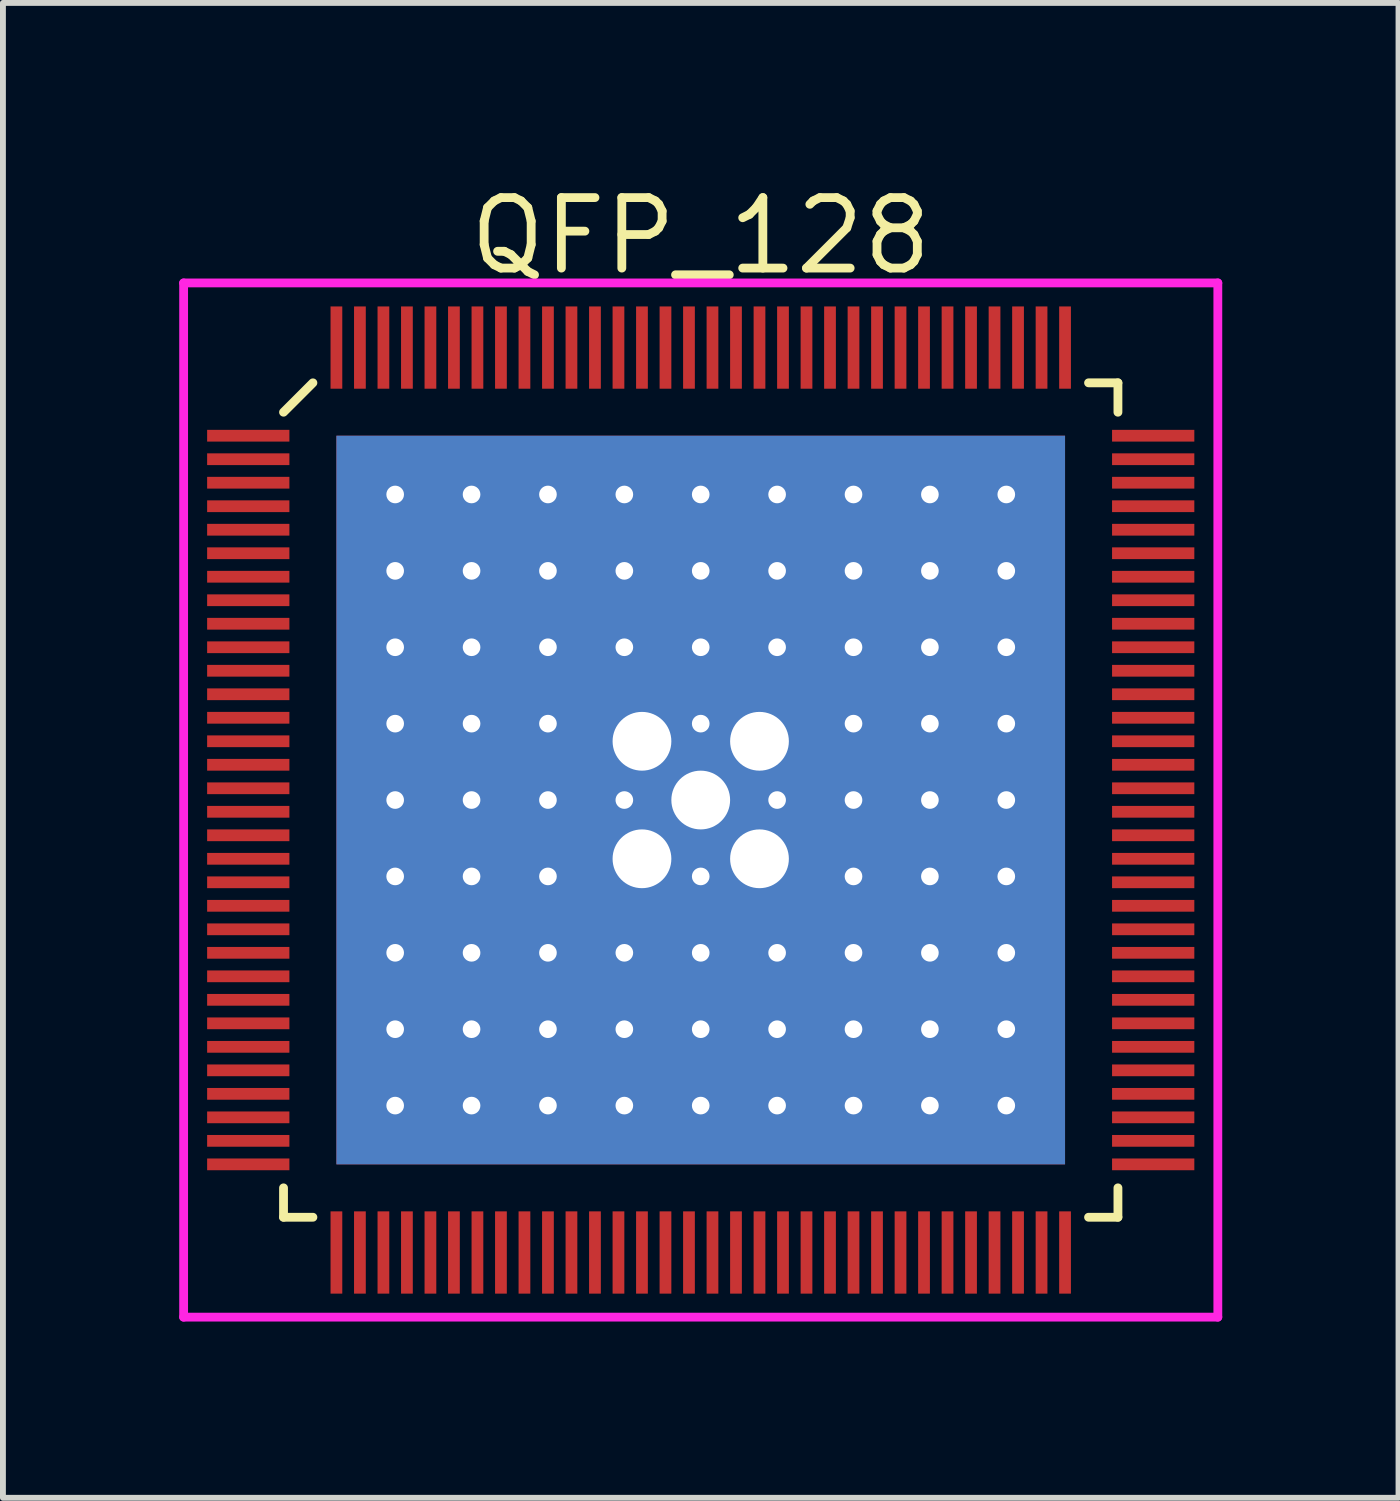
<source format=kicad_pcb>
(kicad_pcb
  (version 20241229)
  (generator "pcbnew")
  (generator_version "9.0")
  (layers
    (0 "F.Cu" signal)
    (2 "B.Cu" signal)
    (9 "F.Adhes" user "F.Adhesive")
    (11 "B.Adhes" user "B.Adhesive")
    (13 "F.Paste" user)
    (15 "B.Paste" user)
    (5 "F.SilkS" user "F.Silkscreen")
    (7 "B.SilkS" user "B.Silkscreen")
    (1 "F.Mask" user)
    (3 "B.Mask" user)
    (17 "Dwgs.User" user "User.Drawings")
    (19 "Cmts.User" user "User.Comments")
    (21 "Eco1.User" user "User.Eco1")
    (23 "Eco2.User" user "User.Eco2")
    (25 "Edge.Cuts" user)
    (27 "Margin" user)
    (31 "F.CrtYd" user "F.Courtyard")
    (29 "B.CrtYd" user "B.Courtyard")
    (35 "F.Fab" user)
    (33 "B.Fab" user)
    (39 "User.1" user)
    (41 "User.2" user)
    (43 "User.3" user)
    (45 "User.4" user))
  (footprint "QFP_128"
    (layer "F.Cu")
    (at 8.875 10.565)
    (property "Reference" "QFP_128" (at 0 -9.6 0) (layer "F.SilkS") (effects (font (size 1.2 1.2) (thickness 0.15))))
    (attr through_hole)
    (fp_line (start -7.1 -6.6) (end -6.6 -7.1) (stroke (width 0.15) (type solid)) (layer "F.SilkS"))
    (fp_line (start -7.1 7.1) (end -7.1 6.6) (stroke (width 0.15) (type solid)) (layer "F.SilkS"))
    (fp_line (start -6.6 7.1) (end -7.1 7.1) (stroke (width 0.15) (type solid)) (layer "F.SilkS"))
    (fp_line (start 6.6 -7.1) (end 7.1 -7.1) (stroke (width 0.15) (type solid)) (layer "F.SilkS"))
    (fp_line (start 6.6 7.1) (end 7.1 7.1) (stroke (width 0.15) (type solid)) (layer "F.SilkS"))
    (fp_line (start 7.1 -7.1) (end 7.1 -6.6) (stroke (width 0.15) (type solid)) (layer "F.SilkS"))
    (fp_line (start 7.1 7.1) (end 7.1 6.6) (stroke (width 0.15) (type solid)) (layer "F.SilkS"))
    (fp_line (start -8.8 -8.8) (end 8.8 -8.8) (stroke (width 0.15) (type solid)) (layer "F.CrtYd"))
    (fp_line (start -8.8 8.8) (end -8.8 -8.8) (stroke (width 0.15) (type solid)) (layer "F.CrtYd"))
    (fp_line (start 8.8 -8.8) (end 8.8 8.8) (stroke (width 0.15) (type solid)) (layer "F.CrtYd"))
    (fp_line (start 8.8 8.8) (end -8.8 8.8) (stroke (width 0.15) (type solid)) (layer "F.CrtYd"))
    (pad "1" smd rect (at -7.7 -6.2 90) (size 0.2 1.4) (layers "F.Cu" "F.Mask" "F.Paste"))
    (pad "2" smd rect (at -7.7 -5.8 90) (size 0.2 1.4) (layers "F.Cu" "F.Mask" "F.Paste"))
    (pad "3" smd rect (at -7.7 -5.4 90) (size 0.2 1.4) (layers "F.Cu" "F.Mask" "F.Paste"))
    (pad "4" smd rect (at -7.7 -5 90) (size 0.2 1.4) (layers "F.Cu" "F.Mask" "F.Paste"))
    (pad "5" smd rect (at -7.7 -4.6 90) (size 0.2 1.4) (layers "F.Cu" "F.Mask" "F.Paste"))
    (pad "6" smd rect (at -7.7 -4.2 90) (size 0.2 1.4) (layers "F.Cu" "F.Mask" "F.Paste"))
    (pad "7" smd rect (at -7.7 -3.8 90) (size 0.2 1.4) (layers "F.Cu" "F.Mask" "F.Paste"))
    (pad "8" smd rect (at -7.7 -3.4 90) (size 0.2 1.4) (layers "F.Cu" "F.Mask" "F.Paste"))
    (pad "9" smd rect (at -7.7 -3 90) (size 0.2 1.4) (layers "F.Cu" "F.Mask" "F.Paste"))
    (pad "10" smd rect (at -7.7 -2.6 90) (size 0.2 1.4) (layers "F.Cu" "F.Mask" "F.Paste"))
    (pad "11" smd rect (at -7.7 -2.2 90) (size 0.2 1.4) (layers "F.Cu" "F.Mask" "F.Paste"))
    (pad "12" smd rect (at -7.7 -1.8 90) (size 0.2 1.4) (layers "F.Cu" "F.Mask" "F.Paste"))
    (pad "13" smd rect (at -7.7 -1.4 90) (size 0.2 1.4) (layers "F.Cu" "F.Mask" "F.Paste"))
    (pad "14" smd rect (at -7.7 -1 90) (size 0.2 1.4) (layers "F.Cu" "F.Mask" "F.Paste"))
    (pad "15" smd rect (at -7.7 -0.6 90) (size 0.2 1.4) (layers "F.Cu" "F.Mask" "F.Paste"))
    (pad "16" smd rect (at -7.7 -0.2 90) (size 0.2 1.4) (layers "F.Cu" "F.Mask" "F.Paste"))
    (pad "17" smd rect (at -7.7 0.2 90) (size 0.2 1.4) (layers "F.Cu" "F.Mask" "F.Paste"))
    (pad "18" smd rect (at -7.7 0.6 90) (size 0.2 1.4) (layers "F.Cu" "F.Mask" "F.Paste"))
    (pad "19" smd rect (at -7.7 1 90) (size 0.2 1.4) (layers "F.Cu" "F.Mask" "F.Paste"))
    (pad "20" smd rect (at -7.7 1.4 90) (size 0.2 1.4) (layers "F.Cu" "F.Mask" "F.Paste"))
    (pad "21" smd rect (at -7.7 1.8 90) (size 0.2 1.4) (layers "F.Cu" "F.Mask" "F.Paste"))
    (pad "22" smd rect (at -7.7 2.2 90) (size 0.2 1.4) (layers "F.Cu" "F.Mask" "F.Paste"))
    (pad "23" smd rect (at -7.7 2.6 90) (size 0.2 1.4) (layers "F.Cu" "F.Mask" "F.Paste"))
    (pad "24" smd rect (at -7.7 3 90) (size 0.2 1.4) (layers "F.Cu" "F.Mask" "F.Paste"))
    (pad "25" smd rect (at -7.7 3.4 90) (size 0.2 1.4) (layers "F.Cu" "F.Mask" "F.Paste"))
    (pad "26" smd rect (at -7.7 3.8 90) (size 0.2 1.4) (layers "F.Cu" "F.Mask" "F.Paste"))
    (pad "27" smd rect (at -7.7 4.2 90) (size 0.2 1.4) (layers "F.Cu" "F.Mask" "F.Paste"))
    (pad "28" smd rect (at -7.7 4.6 90) (size 0.2 1.4) (layers "F.Cu" "F.Mask" "F.Paste"))
    (pad "29" smd rect (at -7.7 5 90) (size 0.2 1.4) (layers "F.Cu" "F.Mask" "F.Paste"))
    (pad "30" smd rect (at -7.7 5.4 90) (size 0.2 1.4) (layers "F.Cu" "F.Mask" "F.Paste"))
    (pad "31" smd rect (at -7.7 5.8 90) (size 0.2 1.4) (layers "F.Cu" "F.Mask" "F.Paste"))
    (pad "32" smd rect (at -7.7 6.2 90) (size 0.2 1.4) (layers "F.Cu" "F.Mask" "F.Paste"))
    (pad "33" smd rect (at -6.2 7.7) (size 0.2 1.4) (layers "F.Cu" "F.Mask" "F.Paste"))
    (pad "34" smd rect (at -5.8 7.7) (size 0.2 1.4) (layers "F.Cu" "F.Mask" "F.Paste"))
    (pad "35" smd rect (at -5.4 7.7) (size 0.2 1.4) (layers "F.Cu" "F.Mask" "F.Paste"))
    (pad "36" smd rect (at -5 7.7) (size 0.2 1.4) (layers "F.Cu" "F.Mask" "F.Paste"))
    (pad "37" smd rect (at -4.6 7.7) (size 0.2 1.4) (layers "F.Cu" "F.Mask" "F.Paste"))
    (pad "38" smd rect (at -4.2 7.7) (size 0.2 1.4) (layers "F.Cu" "F.Mask" "F.Paste"))
    (pad "39" smd rect (at -3.8 7.7) (size 0.2 1.4) (layers "F.Cu" "F.Mask" "F.Paste"))
    (pad "40" smd rect (at -3.4 7.7) (size 0.2 1.4) (layers "F.Cu" "F.Mask" "F.Paste"))
    (pad "41" smd rect (at -3 7.7) (size 0.2 1.4) (layers "F.Cu" "F.Mask" "F.Paste"))
    (pad "42" smd rect (at -2.6 7.7) (size 0.2 1.4) (layers "F.Cu" "F.Mask" "F.Paste"))
    (pad "43" smd rect (at -2.2 7.7) (size 0.2 1.4) (layers "F.Cu" "F.Mask" "F.Paste"))
    (pad "44" smd rect (at -1.8 7.7) (size 0.2 1.4) (layers "F.Cu" "F.Mask" "F.Paste"))
    (pad "45" smd rect (at -1.4 7.7) (size 0.2 1.4) (layers "F.Cu" "F.Mask" "F.Paste"))
    (pad "46" smd rect (at -1 7.7) (size 0.2 1.4) (layers "F.Cu" "F.Mask" "F.Paste"))
    (pad "47" smd rect (at -0.6 7.7) (size 0.2 1.4) (layers "F.Cu" "F.Mask" "F.Paste"))
    (pad "48" smd rect (at -0.2 7.7) (size 0.2 1.4) (layers "F.Cu" "F.Mask" "F.Paste"))
    (pad "49" smd rect (at 0.2 7.7) (size 0.2 1.4) (layers "F.Cu" "F.Mask" "F.Paste"))
    (pad "50" smd rect (at 0.6 7.7) (size 0.2 1.4) (layers "F.Cu" "F.Mask" "F.Paste"))
    (pad "51" smd rect (at 1 7.7) (size 0.2 1.4) (layers "F.Cu" "F.Mask" "F.Paste"))
    (pad "52" smd rect (at 1.4 7.7) (size 0.2 1.4) (layers "F.Cu" "F.Mask" "F.Paste"))
    (pad "53" smd rect (at 1.8 7.7) (size 0.2 1.4) (layers "F.Cu" "F.Mask" "F.Paste"))
    (pad "54" smd rect (at 2.2 7.7) (size 0.2 1.4) (layers "F.Cu" "F.Mask" "F.Paste"))
    (pad "55" smd rect (at 2.6 7.7) (size 0.2 1.4) (layers "F.Cu" "F.Mask" "F.Paste"))
    (pad "56" smd rect (at 3 7.7) (size 0.2 1.4) (layers "F.Cu" "F.Mask" "F.Paste"))
    (pad "57" smd rect (at 3.4 7.7) (size 0.2 1.4) (layers "F.Cu" "F.Mask" "F.Paste"))
    (pad "58" smd rect (at 3.8 7.7) (size 0.2 1.4) (layers "F.Cu" "F.Mask" "F.Paste"))
    (pad "59" smd rect (at 4.2 7.7) (size 0.2 1.4) (layers "F.Cu" "F.Mask" "F.Paste"))
    (pad "60" smd rect (at 4.6 7.7) (size 0.2 1.4) (layers "F.Cu" "F.Mask" "F.Paste"))
    (pad "61" smd rect (at 5 7.7) (size 0.2 1.4) (layers "F.Cu" "F.Mask" "F.Paste"))
    (pad "62" smd rect (at 5.4 7.7) (size 0.2 1.4) (layers "F.Cu" "F.Mask" "F.Paste"))
    (pad "63" smd rect (at 5.8 7.7) (size 0.2 1.4) (layers "F.Cu" "F.Mask" "F.Paste"))
    (pad "64" smd rect (at 6.2 7.7) (size 0.2 1.4) (layers "F.Cu" "F.Mask" "F.Paste"))
    (pad "65" smd rect (at 7.7 6.2 90) (size 0.2 1.4) (layers "F.Cu" "F.Mask" "F.Paste"))
    (pad "66" smd rect (at 7.7 5.8 90) (size 0.2 1.4) (layers "F.Cu" "F.Mask" "F.Paste"))
    (pad "67" smd rect (at 7.7 5.4 90) (size 0.2 1.4) (layers "F.Cu" "F.Mask" "F.Paste"))
    (pad "68" smd rect (at 7.7 5 90) (size 0.2 1.4) (layers "F.Cu" "F.Mask" "F.Paste"))
    (pad "69" smd rect (at 7.7 4.6 90) (size 0.2 1.4) (layers "F.Cu" "F.Mask" "F.Paste"))
    (pad "70" smd rect (at 7.7 4.2 90) (size 0.2 1.4) (layers "F.Cu" "F.Mask" "F.Paste"))
    (pad "71" smd rect (at 7.7 3.8 90) (size 0.2 1.4) (layers "F.Cu" "F.Mask" "F.Paste"))
    (pad "72" smd rect (at 7.7 3.4 90) (size 0.2 1.4) (layers "F.Cu" "F.Mask" "F.Paste"))
    (pad "73" smd rect (at 7.7 3 90) (size 0.2 1.4) (layers "F.Cu" "F.Mask" "F.Paste"))
    (pad "74" smd rect (at 7.7 2.6 90) (size 0.2 1.4) (layers "F.Cu" "F.Mask" "F.Paste"))
    (pad "75" smd rect (at 7.7 2.2 90) (size 0.2 1.4) (layers "F.Cu" "F.Mask" "F.Paste"))
    (pad "76" smd rect (at 7.7 1.8 90) (size 0.2 1.4) (layers "F.Cu" "F.Mask" "F.Paste"))
    (pad "77" smd rect (at 7.7 1.4 90) (size 0.2 1.4) (layers "F.Cu" "F.Mask" "F.Paste"))
    (pad "78" smd rect (at 7.7 1 90) (size 0.2 1.4) (layers "F.Cu" "F.Mask" "F.Paste"))
    (pad "79" smd rect (at 7.7 0.6 90) (size 0.2 1.4) (layers "F.Cu" "F.Mask" "F.Paste"))
    (pad "80" smd rect (at 7.7 0.2 90) (size 0.2 1.4) (layers "F.Cu" "F.Mask" "F.Paste"))
    (pad "81" smd rect (at 7.7 -0.2 90) (size 0.2 1.4) (layers "F.Cu" "F.Mask" "F.Paste"))
    (pad "82" smd rect (at 7.7 -0.6 90) (size 0.2 1.4) (layers "F.Cu" "F.Mask" "F.Paste"))
    (pad "83" smd rect (at 7.7 -1 90) (size 0.2 1.4) (layers "F.Cu" "F.Mask" "F.Paste"))
    (pad "84" smd rect (at 7.7 -1.4 90) (size 0.2 1.4) (layers "F.Cu" "F.Mask" "F.Paste"))
    (pad "85" smd rect (at 7.7 -1.8 90) (size 0.2 1.4) (layers "F.Cu" "F.Mask" "F.Paste"))
    (pad "86" smd rect (at 7.7 -2.2 90) (size 0.2 1.4) (layers "F.Cu" "F.Mask" "F.Paste"))
    (pad "87" smd rect (at 7.7 -2.6 90) (size 0.2 1.4) (layers "F.Cu" "F.Mask" "F.Paste"))
    (pad "88" smd rect (at 7.7 -3 90) (size 0.2 1.4) (layers "F.Cu" "F.Mask" "F.Paste"))
    (pad "89" smd rect (at 7.7 -3.4 90) (size 0.2 1.4) (layers "F.Cu" "F.Mask" "F.Paste"))
    (pad "90" smd rect (at 7.7 -3.8 90) (size 0.2 1.4) (layers "F.Cu" "F.Mask" "F.Paste"))
    (pad "91" smd rect (at 7.7 -4.2 90) (size 0.2 1.4) (layers "F.Cu" "F.Mask" "F.Paste"))
    (pad "92" smd rect (at 7.7 -4.6 90) (size 0.2 1.4) (layers "F.Cu" "F.Mask" "F.Paste"))
    (pad "93" smd rect (at 7.7 -5 90) (size 0.2 1.4) (layers "F.Cu" "F.Mask" "F.Paste"))
    (pad "94" smd rect (at 7.7 -5.4 90) (size 0.2 1.4) (layers "F.Cu" "F.Mask" "F.Paste"))
    (pad "95" smd rect (at 7.7 -5.8 90) (size 0.2 1.4) (layers "F.Cu" "F.Mask" "F.Paste"))
    (pad "96" smd rect (at 7.7 -6.2 90) (size 0.2 1.4) (layers "F.Cu" "F.Mask" "F.Paste"))
    (pad "97" smd rect (at 6.2 -7.7) (size 0.2 1.4) (layers "F.Cu" "F.Mask" "F.Paste"))
    (pad "98" smd rect (at 5.8 -7.7) (size 0.2 1.4) (layers "F.Cu" "F.Mask" "F.Paste"))
    (pad "99" smd rect (at 5.4 -7.7) (size 0.2 1.4) (layers "F.Cu" "F.Mask" "F.Paste"))
    (pad "100" smd rect (at 5 -7.7) (size 0.2 1.4) (layers "F.Cu" "F.Mask" "F.Paste"))
    (pad "101" smd rect (at 4.6 -7.7) (size 0.2 1.4) (layers "F.Cu" "F.Mask" "F.Paste"))
    (pad "102" smd rect (at 4.2 -7.7) (size 0.2 1.4) (layers "F.Cu" "F.Mask" "F.Paste"))
    (pad "103" smd rect (at 3.8 -7.7) (size 0.2 1.4) (layers "F.Cu" "F.Mask" "F.Paste"))
    (pad "104" smd rect (at 3.4 -7.7) (size 0.2 1.4) (layers "F.Cu" "F.Mask" "F.Paste"))
    (pad "105" smd rect (at 3 -7.7) (size 0.2 1.4) (layers "F.Cu" "F.Mask" "F.Paste"))
    (pad "106" smd rect (at 2.6 -7.7) (size 0.2 1.4) (layers "F.Cu" "F.Mask" "F.Paste"))
    (pad "107" smd rect (at 2.2 -7.7) (size 0.2 1.4) (layers "F.Cu" "F.Mask" "F.Paste"))
    (pad "108" smd rect (at 1.8 -7.7) (size 0.2 1.4) (layers "F.Cu" "F.Mask" "F.Paste"))
    (pad "109" smd rect (at 1.4 -7.7) (size 0.2 1.4) (layers "F.Cu" "F.Mask" "F.Paste"))
    (pad "110" smd rect (at 1 -7.7) (size 0.2 1.4) (layers "F.Cu" "F.Mask" "F.Paste"))
    (pad "111" smd rect (at 0.6 -7.7) (size 0.2 1.4) (layers "F.Cu" "F.Mask" "F.Paste"))
    (pad "112" smd rect (at 0.2 -7.7) (size 0.2 1.4) (layers "F.Cu" "F.Mask" "F.Paste"))
    (pad "113" smd rect (at -0.2 -7.7) (size 0.2 1.4) (layers "F.Cu" "F.Mask" "F.Paste"))
    (pad "114" smd rect (at -0.6 -7.7) (size 0.2 1.4) (layers "F.Cu" "F.Mask" "F.Paste"))
    (pad "115" smd rect (at -1 -7.7) (size 0.2 1.4) (layers "F.Cu" "F.Mask" "F.Paste"))
    (pad "116" smd rect (at -1.4 -7.7) (size 0.2 1.4) (layers "F.Cu" "F.Mask" "F.Paste"))
    (pad "117" smd rect (at -1.8 -7.7) (size 0.2 1.4) (layers "F.Cu" "F.Mask" "F.Paste"))
    (pad "118" smd rect (at -2.2 -7.7) (size 0.2 1.4) (layers "F.Cu" "F.Mask" "F.Paste"))
    (pad "119" smd rect (at -2.6 -7.7) (size 0.2 1.4) (layers "F.Cu" "F.Mask" "F.Paste"))
    (pad "120" smd rect (at -3 -7.7) (size 0.2 1.4) (layers "F.Cu" "F.Mask" "F.Paste"))
    (pad "121" smd rect (at -3.4 -7.7) (size 0.2 1.4) (layers "F.Cu" "F.Mask" "F.Paste"))
    (pad "122" smd rect (at -3.8 -7.7) (size 0.2 1.4) (layers "F.Cu" "F.Mask" "F.Paste"))
    (pad "123" smd rect (at -4.2 -7.7) (size 0.2 1.4) (layers "F.Cu" "F.Mask" "F.Paste"))
    (pad "124" smd rect (at -4.6 -7.7) (size 0.2 1.4) (layers "F.Cu" "F.Mask" "F.Paste"))
    (pad "125" smd rect (at -5 -7.7) (size 0.2 1.4) (layers "F.Cu" "F.Mask" "F.Paste"))
    (pad "126" smd rect (at -5.4 -7.7) (size 0.2 1.4) (layers "F.Cu" "F.Mask" "F.Paste"))
    (pad "127" smd rect (at -5.8 -7.7) (size 0.2 1.4) (layers "F.Cu" "F.Mask" "F.Paste"))
    (pad "128" smd rect (at -6.2 -7.7) (size 0.2 1.4) (layers "F.Cu" "F.Mask" "F.Paste"))
    (pad "129" thru_hole circle (at -5.2 -5.2) (size 0.3 0.3) (drill 0.3) (layers "*.Cu"))
    (pad "129" thru_hole circle (at -5.2 -3.9) (size 0.3 0.3) (drill 0.3) (layers "*.Cu"))
    (pad "129" thru_hole circle (at -5.2 -2.6) (size 0.3 0.3) (drill 0.3) (layers "*.Cu"))
    (pad "129" thru_hole circle (at -5.2 -1.3) (size 0.3 0.3) (drill 0.3) (layers "*.Cu"))
    (pad "129" thru_hole circle (at -5.2 0) (size 0.3 0.3) (drill 0.3) (layers "*.Cu"))
    (pad "129" thru_hole circle (at -5.2 1.3) (size 0.3 0.3) (drill 0.3) (layers "*.Cu"))
    (pad "129" thru_hole circle (at -5.2 2.6) (size 0.3 0.3) (drill 0.3) (layers "*.Cu"))
    (pad "129" thru_hole circle (at -5.2 3.9) (size 0.3 0.3) (drill 0.3) (layers "*.Cu"))
    (pad "129" thru_hole circle (at -5.2 5.2) (size 0.3 0.3) (drill 0.3) (layers "*.Cu"))
    (pad "129" thru_hole circle (at -3.9 -5.2) (size 0.3 0.3) (drill 0.3) (layers "*.Cu"))
    (pad "129" thru_hole circle (at -3.9 -3.9) (size 0.3 0.3) (drill 0.3) (layers "*.Cu"))
    (pad "129" thru_hole circle (at -3.9 -2.6) (size 0.3 0.3) (drill 0.3) (layers "*.Cu"))
    (pad "129" thru_hole circle (at -3.9 -1.3) (size 0.3 0.3) (drill 0.3) (layers "*.Cu"))
    (pad "129" thru_hole circle (at -3.9 0) (size 0.3 0.3) (drill 0.3) (layers "*.Cu"))
    (pad "129" thru_hole circle (at -3.9 1.3) (size 0.3 0.3) (drill 0.3) (layers "*.Cu"))
    (pad "129" thru_hole circle (at -3.9 2.6) (size 0.3 0.3) (drill 0.3) (layers "*.Cu"))
    (pad "129" thru_hole circle (at -3.9 3.9) (size 0.3 0.3) (drill 0.3) (layers "*.Cu"))
    (pad "129" thru_hole circle (at -3.9 5.2) (size 0.3 0.3) (drill 0.3) (layers "*.Cu"))
    (pad "129" thru_hole circle (at -2.6 -5.2) (size 0.3 0.3) (drill 0.3) (layers "*.Cu"))
    (pad "129" thru_hole circle (at -2.6 -3.9) (size 0.3 0.3) (drill 0.3) (layers "*.Cu"))
    (pad "129" thru_hole circle (at -2.6 -2.6) (size 0.3 0.3) (drill 0.3) (layers "*.Cu"))
    (pad "129" thru_hole circle (at -2.6 -1.3) (size 0.3 0.3) (drill 0.3) (layers "*.Cu"))
    (pad "129" thru_hole circle (at -2.6 0) (size 0.3 0.3) (drill 0.3) (layers "*.Cu"))
    (pad "129" thru_hole circle (at -2.6 1.3) (size 0.3 0.3) (drill 0.3) (layers "*.Cu"))
    (pad "129" thru_hole circle (at -2.6 2.6) (size 0.3 0.3) (drill 0.3) (layers "*.Cu"))
    (pad "129" thru_hole circle (at -2.6 3.9) (size 0.3 0.3) (drill 0.3) (layers "*.Cu"))
    (pad "129" thru_hole circle (at -2.6 5.2) (size 0.3 0.3) (drill 0.3) (layers "*.Cu"))
    (pad "129" thru_hole circle (at -1.3 -5.2) (size 0.3 0.3) (drill 0.3) (layers "*.Cu"))
    (pad "129" thru_hole circle (at -1.3 -3.9) (size 0.3 0.3) (drill 0.3) (layers "*.Cu"))
    (pad "129" thru_hole circle (at -1.3 -2.6) (size 0.3 0.3) (drill 0.3) (layers "*.Cu"))
    (pad "129" thru_hole circle (at -1.3 0) (size 0.3 0.3) (drill 0.3) (layers "*.Cu"))
    (pad "129" thru_hole circle (at -1.3 2.6) (size 0.3 0.3) (drill 0.3) (layers "*.Cu"))
    (pad "129" thru_hole circle (at -1.3 3.9) (size 0.3 0.3) (drill 0.3) (layers "*.Cu"))
    (pad "129" thru_hole circle (at -1.3 5.2) (size 0.3 0.3) (drill 0.3) (layers "*.Cu"))
    (pad "129" thru_hole circle (at -1 -1) (size 1 1) (drill 1) (layers "*.Cu" "*.Mask"))
    (pad "129" thru_hole circle (at -1 1) (size 1 1) (drill 1) (layers "*.Cu" "*.Mask"))
    (pad "129" thru_hole circle (at 0 -5.2) (size 0.3 0.3) (drill 0.3) (layers "*.Cu"))
    (pad "129" thru_hole circle (at 0 -3.9) (size 0.3 0.3) (drill 0.3) (layers "*.Cu"))
    (pad "129" thru_hole circle (at 0 -2.6) (size 0.3 0.3) (drill 0.3) (layers "*.Cu"))
    (pad "129" thru_hole circle (at 0 -1.3) (size 0.3 0.3) (drill 0.3) (layers "*.Cu"))
    (pad "129" thru_hole circle (at 0 0) (size 1 1) (drill 1) (layers "*.Cu" "*.Mask"))
    (pad "129" smd rect (at 0 0) (size 4.38 4.38) (layers "F.Cu" "F.Mask" "F.Paste"))
    (pad "129" smd rect (at 0 0) (size 12.4 12.4) (layers "F.Cu"))
    (pad "129" smd rect (at 0 0) (size 12.4 12.4) (layers "B.Cu"))
    (pad "129" thru_hole circle (at 0 1.3) (size 0.3 0.3) (drill 0.3) (layers "*.Cu"))
    (pad "129" thru_hole circle (at 0 2.6) (size 0.3 0.3) (drill 0.3) (layers "*.Cu"))
    (pad "129" thru_hole circle (at 0 3.9) (size 0.3 0.3) (drill 0.3) (layers "*.Cu"))
    (pad "129" thru_hole circle (at 0 5.2) (size 0.3 0.3) (drill 0.3) (layers "*.Cu"))
    (pad "129" thru_hole circle (at 1 -1) (size 1 1) (drill 1) (layers "*.Cu" "*.Mask"))
    (pad "129" thru_hole circle (at 1 1) (size 1 1) (drill 1) (layers "*.Cu" "*.Mask"))
    (pad "129" thru_hole circle (at 1.3 -5.2) (size 0.3 0.3) (drill 0.3) (layers "*.Cu"))
    (pad "129" thru_hole circle (at 1.3 -3.9) (size 0.3 0.3) (drill 0.3) (layers "*.Cu"))
    (pad "129" thru_hole circle (at 1.3 -2.6) (size 0.3 0.3) (drill 0.3) (layers "*.Cu"))
    (pad "129" thru_hole circle (at 1.3 0) (size 0.3 0.3) (drill 0.3) (layers "*.Cu"))
    (pad "129" thru_hole circle (at 1.3 2.6) (size 0.3 0.3) (drill 0.3) (layers "*.Cu"))
    (pad "129" thru_hole circle (at 1.3 3.9) (size 0.3 0.3) (drill 0.3) (layers "*.Cu"))
    (pad "129" thru_hole circle (at 1.3 5.2) (size 0.3 0.3) (drill 0.3) (layers "*.Cu"))
    (pad "129" thru_hole circle (at 2.6 -5.2) (size 0.3 0.3) (drill 0.3) (layers "*.Cu"))
    (pad "129" thru_hole circle (at 2.6 -3.9) (size 0.3 0.3) (drill 0.3) (layers "*.Cu"))
    (pad "129" thru_hole circle (at 2.6 -2.6) (size 0.3 0.3) (drill 0.3) (layers "*.Cu"))
    (pad "129" thru_hole circle (at 2.6 -1.3) (size 0.3 0.3) (drill 0.3) (layers "*.Cu"))
    (pad "129" thru_hole circle (at 2.6 0) (size 0.3 0.3) (drill 0.3) (layers "*.Cu"))
    (pad "129" thru_hole circle (at 2.6 1.3) (size 0.3 0.3) (drill 0.3) (layers "*.Cu"))
    (pad "129" thru_hole circle (at 2.6 2.6) (size 0.3 0.3) (drill 0.3) (layers "*.Cu"))
    (pad "129" thru_hole circle (at 2.6 3.9) (size 0.3 0.3) (drill 0.3) (layers "*.Cu"))
    (pad "129" thru_hole circle (at 2.6 5.2) (size 0.3 0.3) (drill 0.3) (layers "*.Cu"))
    (pad "129" thru_hole circle (at 3.9 -5.2) (size 0.3 0.3) (drill 0.3) (layers "*.Cu"))
    (pad "129" thru_hole circle (at 3.9 -3.9) (size 0.3 0.3) (drill 0.3) (layers "*.Cu"))
    (pad "129" thru_hole circle (at 3.9 -2.6) (size 0.3 0.3) (drill 0.3) (layers "*.Cu"))
    (pad "129" thru_hole circle (at 3.9 -1.3) (size 0.3 0.3) (drill 0.3) (layers "*.Cu"))
    (pad "129" thru_hole circle (at 3.9 0) (size 0.3 0.3) (drill 0.3) (layers "*.Cu"))
    (pad "129" thru_hole circle (at 3.9 1.3) (size 0.3 0.3) (drill 0.3) (layers "*.Cu"))
    (pad "129" thru_hole circle (at 3.9 2.6) (size 0.3 0.3) (drill 0.3) (layers "*.Cu"))
    (pad "129" thru_hole circle (at 3.9 3.9) (size 0.3 0.3) (drill 0.3) (layers "*.Cu"))
    (pad "129" thru_hole circle (at 3.9 5.2) (size 0.3 0.3) (drill 0.3) (layers "*.Cu"))
    (pad "129" thru_hole circle (at 5.2 -5.2) (size 0.3 0.3) (drill 0.3) (layers "*.Cu"))
    (pad "129" thru_hole circle (at 5.2 -3.9) (size 0.3 0.3) (drill 0.3) (layers "*.Cu"))
    (pad "129" thru_hole circle (at 5.2 -2.6) (size 0.3 0.3) (drill 0.3) (layers "*.Cu"))
    (pad "129" thru_hole circle (at 5.2 -1.3) (size 0.3 0.3) (drill 0.3) (layers "*.Cu"))
    (pad "129" thru_hole circle (at 5.2 0) (size 0.3 0.3) (drill 0.3) (layers "*.Cu"))
    (pad "129" thru_hole circle (at 5.2 1.3) (size 0.3 0.3) (drill 0.3) (layers "*.Cu"))
    (pad "129" thru_hole circle (at 5.2 2.6) (size 0.3 0.3) (drill 0.3) (layers "*.Cu"))
    (pad "129" thru_hole circle (at 5.2 3.9) (size 0.3 0.3) (drill 0.3) (layers "*.Cu"))
    (pad "129" thru_hole circle (at 5.2 5.2) (size 0.3 0.3) (drill 0.3) (layers "*.Cu")))
  (gr_rect
    (start -3 -3)
    (end 20.75 22.44)
    (stroke (width 0.1) (type default))
    (fill no)
    (layer "Edge.Cuts")))
</source>
